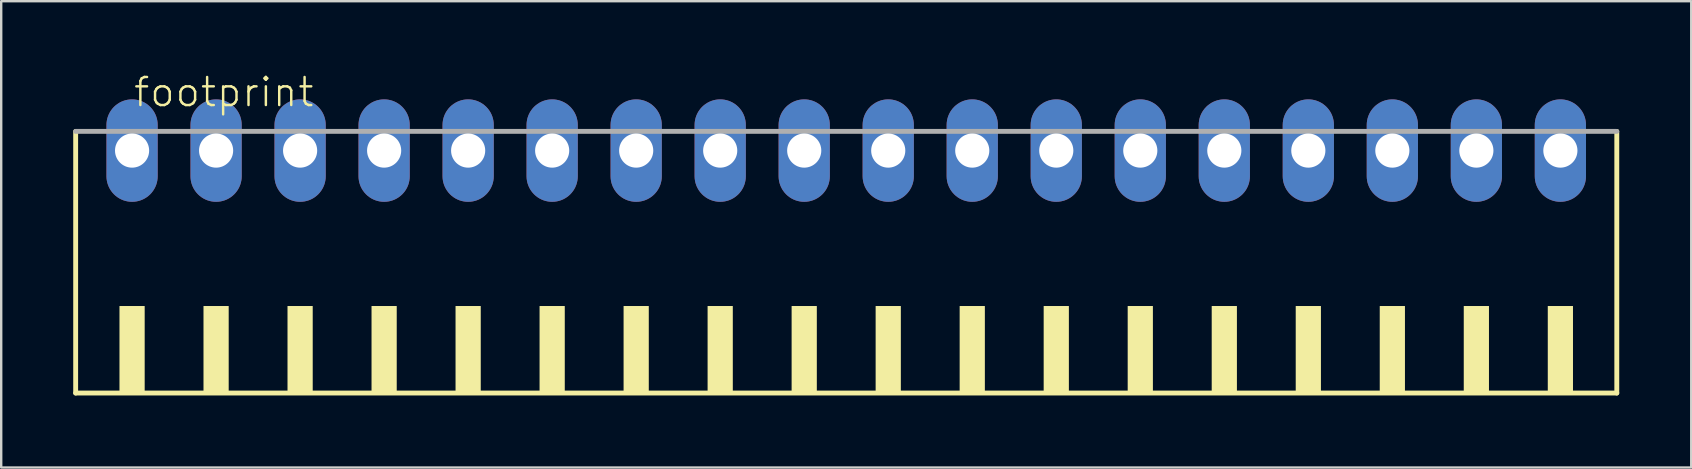
<source format=kicad_pcb>
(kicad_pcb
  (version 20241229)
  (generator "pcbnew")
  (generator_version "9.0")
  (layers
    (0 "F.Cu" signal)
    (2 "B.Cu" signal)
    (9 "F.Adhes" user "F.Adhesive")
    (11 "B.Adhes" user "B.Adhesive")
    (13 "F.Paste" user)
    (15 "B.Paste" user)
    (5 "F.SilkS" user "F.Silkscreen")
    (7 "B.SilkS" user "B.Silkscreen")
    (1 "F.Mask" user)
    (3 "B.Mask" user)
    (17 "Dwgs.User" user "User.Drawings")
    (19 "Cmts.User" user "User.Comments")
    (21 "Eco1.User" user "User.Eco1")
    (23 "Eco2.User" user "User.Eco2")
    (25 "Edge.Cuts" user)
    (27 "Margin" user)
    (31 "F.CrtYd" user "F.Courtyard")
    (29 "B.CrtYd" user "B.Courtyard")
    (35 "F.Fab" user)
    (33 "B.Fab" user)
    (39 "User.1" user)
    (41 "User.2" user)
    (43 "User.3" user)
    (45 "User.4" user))
  (footprint "footprint"
    (layer "F.Cu")
    (at 32.202 8.473)
    (property "Reference" "footprint" (at -29.75 -7 0) (layer "F.SilkS") (effects (font (size 1.168 1.168) (thickness 0.102)) (justify left bottom)))
    (fp_line (start -32.1 -6.05) (end -32.1 4.85) (stroke (width 0.203) (type solid)) (layer "F.SilkS"))
    (fp_line (start -32.1 4.85) (end 32.1 4.85) (stroke (width 0.203) (type solid)) (layer "F.SilkS"))
    (fp_line (start 32.1 4.85) (end 32.1 -6.05) (stroke (width 0.203) (type solid)) (layer "F.SilkS"))
    (fp_poly (pts (xy -30.275 4.9) (xy -29.225 4.9) (xy -29.225 1.225) (xy -30.275 1.225)) (stroke (width 0) (type solid)) (fill yes) (layer "F.SilkS"))
    (fp_poly (pts (xy -26.775 4.9) (xy -25.725 4.9) (xy -25.725 1.225) (xy -26.775 1.225)) (stroke (width 0) (type solid)) (fill yes) (layer "F.SilkS"))
    (fp_poly (pts (xy -23.275 4.9) (xy -22.225 4.9) (xy -22.225 1.225) (xy -23.275 1.225)) (stroke (width 0) (type solid)) (fill yes) (layer "F.SilkS"))
    (fp_poly (pts (xy -19.775 4.9) (xy -18.725 4.9) (xy -18.725 1.225) (xy -19.775 1.225)) (stroke (width 0) (type solid)) (fill yes) (layer "F.SilkS"))
    (fp_poly (pts (xy -16.275 4.9) (xy -15.225 4.9) (xy -15.225 1.225) (xy -16.275 1.225)) (stroke (width 0) (type solid)) (fill yes) (layer "F.SilkS"))
    (fp_poly (pts (xy -12.775 4.9) (xy -11.725 4.9) (xy -11.725 1.225) (xy -12.775 1.225)) (stroke (width 0) (type solid)) (fill yes) (layer "F.SilkS"))
    (fp_poly (pts (xy -9.275 4.9) (xy -8.225 4.9) (xy -8.225 1.225) (xy -9.275 1.225)) (stroke (width 0) (type solid)) (fill yes) (layer "F.SilkS"))
    (fp_poly (pts (xy -5.775 4.9) (xy -4.725 4.9) (xy -4.725 1.225) (xy -5.775 1.225)) (stroke (width 0) (type solid)) (fill yes) (layer "F.SilkS"))
    (fp_poly (pts (xy -2.275 4.9) (xy -1.225 4.9) (xy -1.225 1.225) (xy -2.275 1.225)) (stroke (width 0) (type solid)) (fill yes) (layer "F.SilkS"))
    (fp_poly (pts (xy 1.225 4.9) (xy 2.275 4.9) (xy 2.275 1.225) (xy 1.225 1.225)) (stroke (width 0) (type solid)) (fill yes) (layer "F.SilkS"))
    (fp_poly (pts (xy 4.725 4.9) (xy 5.775 4.9) (xy 5.775 1.225) (xy 4.725 1.225)) (stroke (width 0) (type solid)) (fill yes) (layer "F.SilkS"))
    (fp_poly (pts (xy 8.225 4.9) (xy 9.275 4.9) (xy 9.275 1.225) (xy 8.225 1.225)) (stroke (width 0) (type solid)) (fill yes) (layer "F.SilkS"))
    (fp_poly (pts (xy 11.725 4.9) (xy 12.775 4.9) (xy 12.775 1.225) (xy 11.725 1.225)) (stroke (width 0) (type solid)) (fill yes) (layer "F.SilkS"))
    (fp_poly (pts (xy 15.225 4.9) (xy 16.275 4.9) (xy 16.275 1.225) (xy 15.225 1.225)) (stroke (width 0) (type solid)) (fill yes) (layer "F.SilkS"))
    (fp_poly (pts (xy 18.725 4.9) (xy 19.775 4.9) (xy 19.775 1.225) (xy 18.725 1.225)) (stroke (width 0) (type solid)) (fill yes) (layer "F.SilkS"))
    (fp_poly (pts (xy 22.225 4.9) (xy 23.275 4.9) (xy 23.275 1.225) (xy 22.225 1.225)) (stroke (width 0) (type solid)) (fill yes) (layer "F.SilkS"))
    (fp_poly (pts (xy 25.725 4.9) (xy 26.775 4.9) (xy 26.775 1.225) (xy 25.725 1.225)) (stroke (width 0) (type solid)) (fill yes) (layer "F.SilkS"))
    (fp_poly (pts (xy 29.225 4.9) (xy 30.275 4.9) (xy 30.275 1.225) (xy 29.225 1.225)) (stroke (width 0) (type solid)) (fill yes) (layer "F.SilkS"))
    (fp_line (start 32.1 -6.05) (end -32.1 -6.05) (stroke (width 0.203) (type solid)) (layer "F.Fab"))
    (pad "1" thru_hole oval (at -29.75 -5.25 90) (size 4.267 2.134) (drill 1.422) (layers "*.Cu" "*.Mask"))
    (pad "2" thru_hole oval (at -26.25 -5.25 90) (size 4.267 2.134) (drill 1.422) (layers "*.Cu" "*.Mask"))
    (pad "3" thru_hole oval (at -22.75 -5.25 90) (size 4.267 2.134) (drill 1.422) (layers "*.Cu" "*.Mask"))
    (pad "4" thru_hole oval (at -19.25 -5.25 90) (size 4.267 2.134) (drill 1.422) (layers "*.Cu" "*.Mask"))
    (pad "5" thru_hole oval (at -15.75 -5.25 90) (size 4.267 2.134) (drill 1.422) (layers "*.Cu" "*.Mask"))
    (pad "6" thru_hole oval (at -12.25 -5.25 90) (size 4.267 2.134) (drill 1.422) (layers "*.Cu" "*.Mask"))
    (pad "7" thru_hole oval (at -8.75 -5.25 90) (size 4.267 2.134) (drill 1.422) (layers "*.Cu" "*.Mask"))
    (pad "8" thru_hole oval (at -5.25 -5.25 90) (size 4.267 2.134) (drill 1.422) (layers "*.Cu" "*.Mask"))
    (pad "9" thru_hole oval (at -1.75 -5.25 90) (size 4.267 2.134) (drill 1.422) (layers "*.Cu" "*.Mask"))
    (pad "10" thru_hole oval (at 1.75 -5.25 90) (size 4.267 2.134) (drill 1.422) (layers "*.Cu" "*.Mask"))
    (pad "11" thru_hole oval (at 5.25 -5.25 90) (size 4.267 2.134) (drill 1.422) (layers "*.Cu" "*.Mask"))
    (pad "12" thru_hole oval (at 8.75 -5.25 90) (size 4.267 2.134) (drill 1.422) (layers "*.Cu" "*.Mask"))
    (pad "13" thru_hole oval (at 12.25 -5.25 90) (size 4.267 2.134) (drill 1.422) (layers "*.Cu" "*.Mask"))
    (pad "14" thru_hole oval (at 15.75 -5.25 90) (size 4.267 2.134) (drill 1.422) (layers "*.Cu" "*.Mask"))
    (pad "15" thru_hole oval (at 19.25 -5.25 90) (size 4.267 2.134) (drill 1.422) (layers "*.Cu" "*.Mask"))
    (pad "16" thru_hole oval (at 22.75 -5.25 90) (size 4.267 2.134) (drill 1.422) (layers "*.Cu" "*.Mask"))
    (pad "17" thru_hole oval (at 26.25 -5.25 90) (size 4.267 2.134) (drill 1.422) (layers "*.Cu" "*.Mask"))
    (pad "18" thru_hole oval (at 29.75 -5.25 90) (size 4.267 2.134) (drill 1.422) (layers "*.Cu" "*.Mask")))
  (gr_rect
    (start -3 -3)
    (end 67.403 16.425)
    (stroke (width 0.1) (type default))
    (fill no)
    (layer "Edge.Cuts")))
</source>
